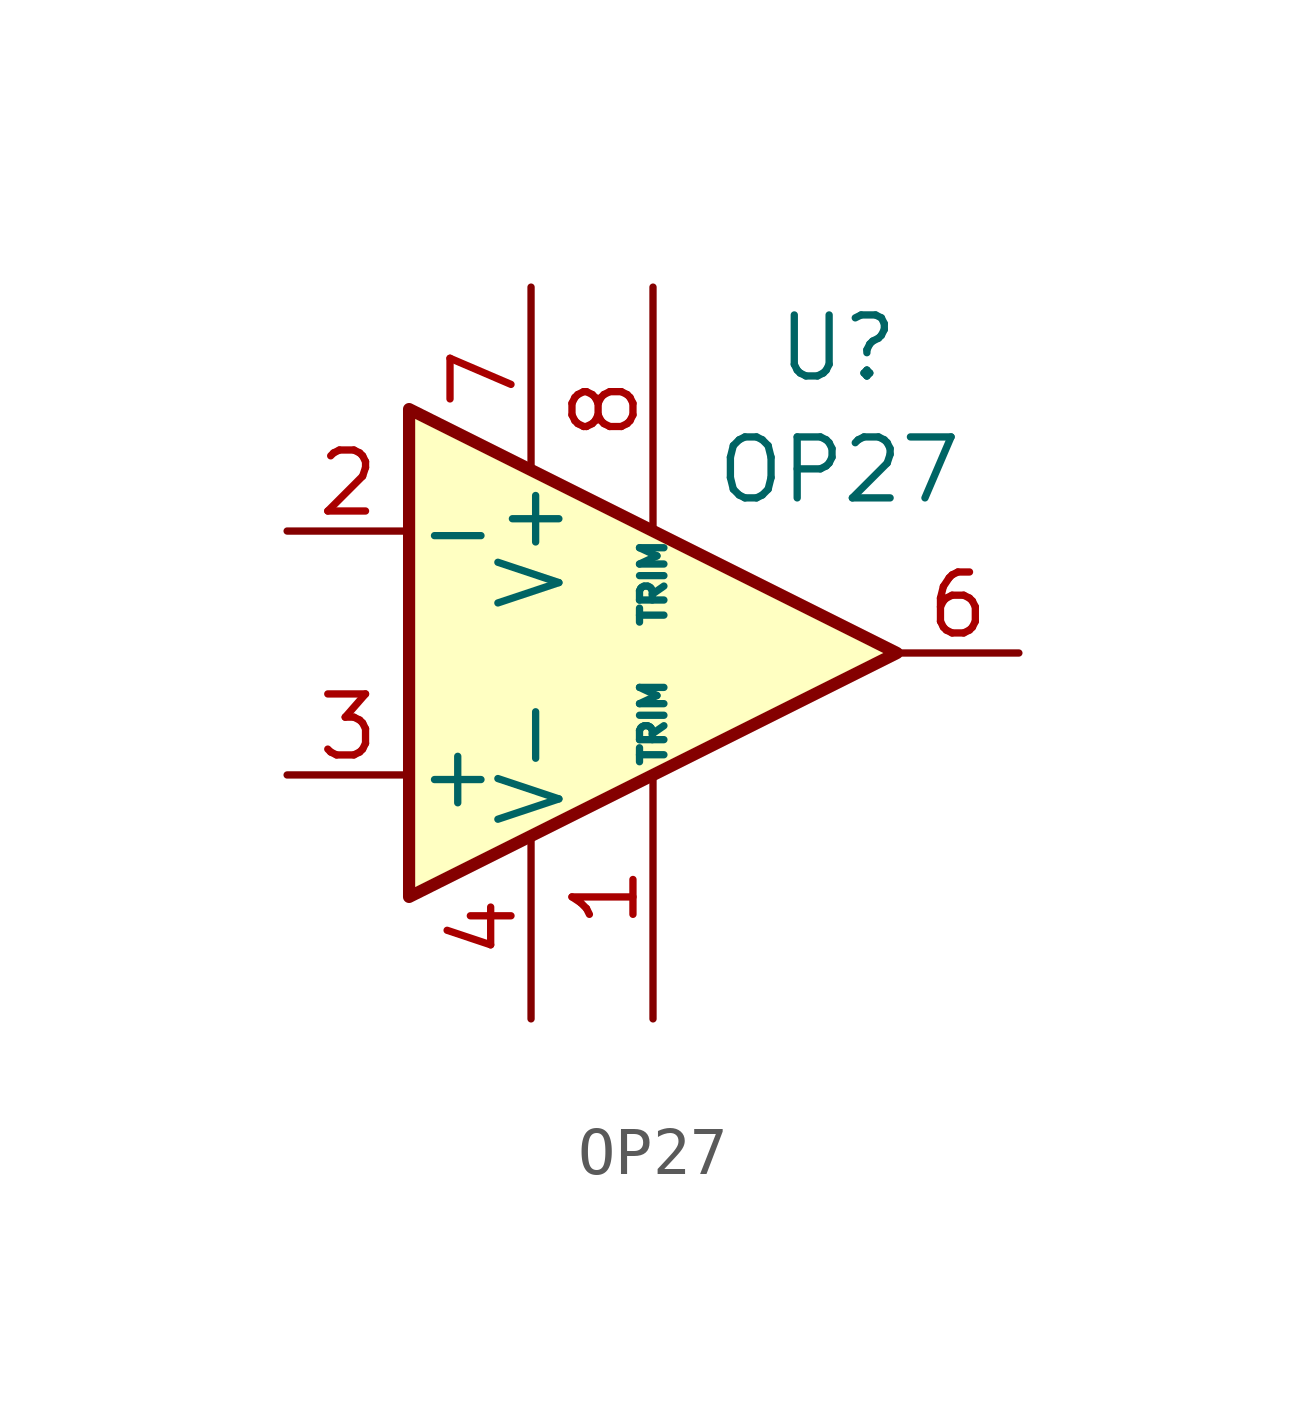
<source format=kicad_sym>
(kicad_symbol_lib
  (version 20211014)
  (generator kicad_symbol_editor)
  (symbol "OP27"
    (pin_names
      (offset 0.127))
    (property "Reference" "U"
      (at 2.54 6.35 0)
      (effects (font (size 1.27 1.27)) (justify left)))
    (property "Value" "OP27"
      (at 1.27 3.81 0)
      (effects (font (size 1.27 1.27)) (justify left)))
    (symbol "OP27_0_1"
      (polyline (pts (xy -5.08 5.08) (xy 5.08 0) (xy -5.08 -5.08) (xy -5.08 5.08)) (stroke (width 0.254) (type default) (color 0 0 0 0)) (fill (type background))))
    (symbol "OP27_1_1"
      (pin input line (at 0 -7.62 90) (length 5.08) (name "TRIM" (effects (font (size 0.508 0.508)))) (number "1" (effects (font (size 1.27 1.27)))))
      (pin input line (at -7.62 2.54 0) (length 2.54) (name "-" (effects (font (size 1.27 1.27)))) (number "2" (effects (font (size 1.27 1.27)))))
      (pin input line (at -7.62 -2.54 0) (length 2.54) (name "+" (effects (font (size 1.27 1.27)))) (number "3" (effects (font (size 1.27 1.27)))))
      (pin power_in line (at -2.54 -7.62 90) (length 3.81) (name "V-" (effects (font (size 1.27 1.27)))) (number "4" (effects (font (size 1.27 1.27)))))
      (pin no_connect non_logic (at 2.54 -1.27 90) (length 0) hide (name "NC" (effects (font (size 0.508 0.508)))) (number "5" (effects (font (size 1.27 1.27)))))
      (pin output line (at 7.62 0 180) (length 2.54) (name "~" (effects (font (size 1.27 1.27)))) (number "6" (effects (font (size 1.27 1.27)))))
      (pin power_in line (at -2.54 7.62 270) (length 3.81) (name "V+" (effects (font (size 1.27 1.27)))) (number "7" (effects (font (size 1.27 1.27)))))
      (pin input line (at 0 7.62 270) (length 5.08) (name "TRIM" (effects (font (size 0.508 0.508)))) (number "8" (effects (font (size 1.27 1.27))))))))
</source>
